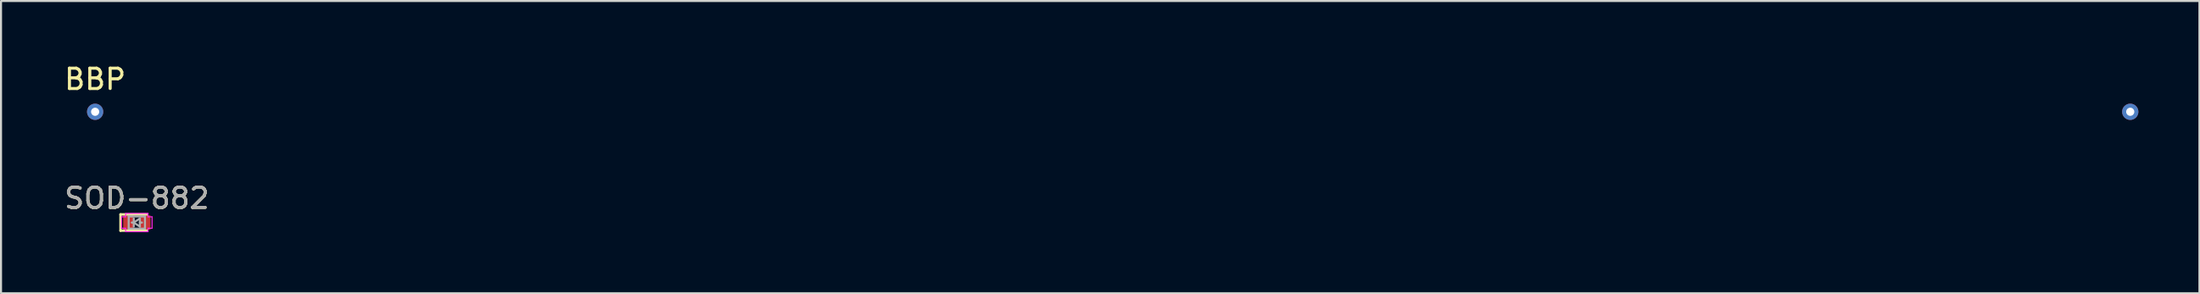
<source format=kicad_pcb>
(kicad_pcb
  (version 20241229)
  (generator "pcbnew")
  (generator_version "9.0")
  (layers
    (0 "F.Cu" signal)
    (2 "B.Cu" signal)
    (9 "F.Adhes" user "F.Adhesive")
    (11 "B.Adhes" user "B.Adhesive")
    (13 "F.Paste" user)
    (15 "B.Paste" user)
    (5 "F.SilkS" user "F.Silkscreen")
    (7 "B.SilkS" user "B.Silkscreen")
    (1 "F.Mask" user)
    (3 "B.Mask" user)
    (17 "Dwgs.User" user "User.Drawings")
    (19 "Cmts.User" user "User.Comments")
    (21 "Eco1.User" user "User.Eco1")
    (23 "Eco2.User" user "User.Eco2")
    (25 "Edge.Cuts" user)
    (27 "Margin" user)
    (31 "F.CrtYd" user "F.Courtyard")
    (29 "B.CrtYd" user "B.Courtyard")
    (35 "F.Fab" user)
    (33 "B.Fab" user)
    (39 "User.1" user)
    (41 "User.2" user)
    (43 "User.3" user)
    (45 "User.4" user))
  (footprint "SOD-882"
    (layer "F.Cu")
    (at 3.673 7.896)
    (property "Reference" "SOD-882" (at 0 -1.2 0) (layer "F.SilkS") (effects (font (size 1 1) (thickness 0.15))))
    (attr smd)
    (fp_line (start -0.8 -0.4) (end -0.8 0.4) (stroke (width 0.12) (type solid)) (layer "F.SilkS"))
    (fp_line (start 0.5 -0.4) (end -0.8 -0.4) (stroke (width 0.12) (type solid)) (layer "F.SilkS"))
    (fp_line (start 0.5 0.4) (end -0.8 0.4) (stroke (width 0.12) (type solid)) (layer "F.SilkS"))
    (fp_line (start -0.75 -0.28) (end -0.75 0.28) (stroke (width 0.05) (type solid)) (layer "F.CrtYd"))
    (fp_line (start -0.75 0.28) (end -0.55 0.28) (stroke (width 0.05) (type solid)) (layer "F.CrtYd"))
    (fp_line (start -0.55 -0.45) (end 0.55 -0.45) (stroke (width 0.05) (type solid)) (layer "F.CrtYd"))
    (fp_line (start -0.55 -0.28) (end -0.75 -0.28) (stroke (width 0.05) (type solid)) (layer "F.CrtYd"))
    (fp_line (start -0.55 -0.28) (end -0.55 -0.45) (stroke (width 0.05) (type solid)) (layer "F.CrtYd"))
    (fp_line (start -0.55 0.45) (end -0.55 0.28) (stroke (width 0.05) (type solid)) (layer "F.CrtYd"))
    (fp_line (start 0.55 -0.45) (end 0.55 -0.28) (stroke (width 0.05) (type solid)) (layer "F.CrtYd"))
    (fp_line (start 0.55 -0.28) (end 0.75 -0.28) (stroke (width 0.05) (type solid)) (layer "F.CrtYd"))
    (fp_line (start 0.55 0.28) (end 0.55 0.45) (stroke (width 0.05) (type solid)) (layer "F.CrtYd"))
    (fp_line (start 0.55 0.45) (end -0.55 0.45) (stroke (width 0.05) (type solid)) (layer "F.CrtYd"))
    (fp_line (start 0.75 -0.28) (end 0.75 0.28) (stroke (width 0.05) (type solid)) (layer "F.CrtYd"))
    (fp_line (start 0.75 0.28) (end 0.55 0.28) (stroke (width 0.05) (type solid)) (layer "F.CrtYd"))
    (fp_line (start -0.4 -0.3) (end 0.4 -0.3) (stroke (width 0.1) (type solid)) (layer "F.Fab"))
    (fp_line (start -0.4 0.3) (end -0.4 -0.3) (stroke (width 0.1) (type solid)) (layer "F.Fab"))
    (fp_line (start -0.15 0) (end -0.25 0) (stroke (width 0.1) (type solid)) (layer "F.Fab"))
    (fp_line (start -0.15 0) (end 0.15 0.2) (stroke (width 0.1) (type solid)) (layer "F.Fab"))
    (fp_line (start -0.15 0.2) (end -0.15 -0.2) (stroke (width 0.1) (type solid)) (layer "F.Fab"))
    (fp_line (start 0.15 -0.2) (end -0.15 0) (stroke (width 0.1) (type solid)) (layer "F.Fab"))
    (fp_line (start 0.15 0) (end 0.25 0) (stroke (width 0.1) (type solid)) (layer "F.Fab"))
    (fp_line (start 0.15 0.2) (end 0.15 -0.2) (stroke (width 0.1) (type solid)) (layer "F.Fab"))
    (fp_line (start 0.4 -0.3) (end 0.4 0.3) (stroke (width 0.1) (type solid)) (layer "F.Fab"))
    (fp_line (start 0.4 0.3) (end -0.4 0.3) (stroke (width 0.1) (type solid)) (layer "F.Fab"))
    (fp_text user "${REFERENCE}" (at 0 -1.2 0) (layer "F.Fab") (effects (font (size 1 1) (thickness 0.15))))
    (pad "1" smd rect (at -0.42 0 180) (size 0.3 0.6) (layers "F.Cu" "F.Mask" "F.Paste"))
    (pad "1" smd rect (at -0.42 0 180) (size 0.5 0.7) (layers "F.Cu" "F.Mask"))
    (pad "2" smd rect (at 0.42 0 180) (size 0.3 0.6) (layers "F.Cu" "F.Mask" "F.Paste"))
    (pad "2" smd rect (at 0.42 0 180) (size 0.5 0.7) (layers "F.Cu" "F.Mask")))
  (footprint "BBP"
    (layer "F.Cu")
    (at 1.625 2.448)
    (property "Reference" "BBP" (at 0 -1.6 0) (layer "F.SilkS") (effects (font (size 1 1) (thickness 0.15))))
    (attr exclude_from_pos_files exclude_from_bom)
    (pad "1" thru_hole circle (at 0 0 180) (size 0.8 0.8) (drill 0.4) (layers "*.Cu" "*.Mask"))
    (pad "2" thru_hole circle (at 100 0 180) (size 0.8 0.8) (drill 0.4) (layers "*.Cu" "*.Mask")))
  (gr_rect
    (start -3 -3)
    (end 105.025 11.371)
    (stroke (width 0.1) (type default))
    (fill no)
    (layer "Edge.Cuts")))
</source>
